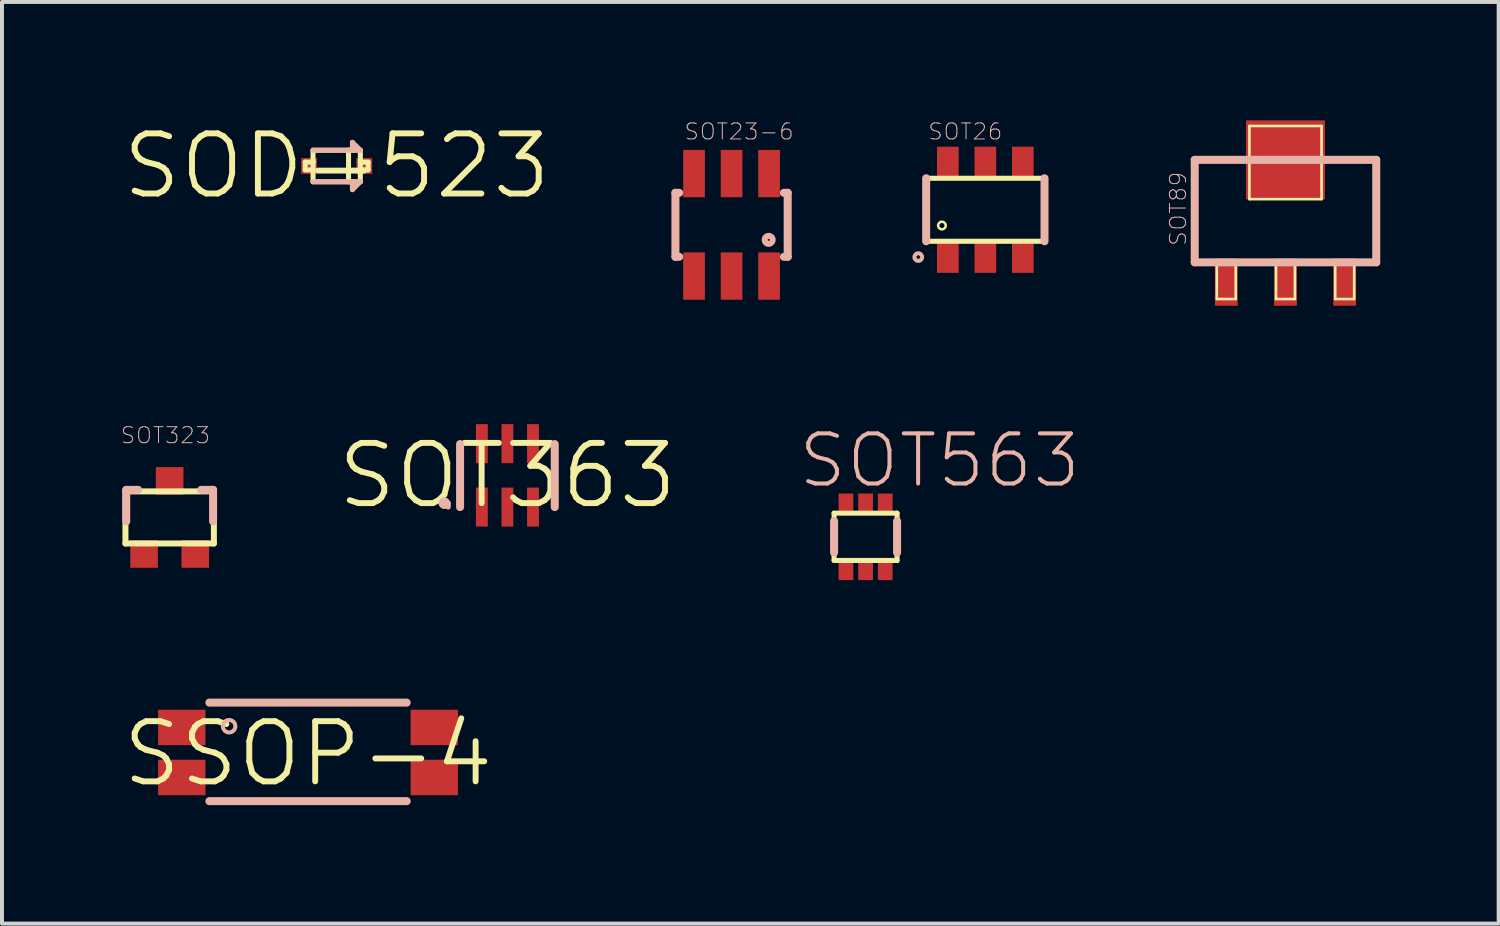
<source format=kicad_pcb>
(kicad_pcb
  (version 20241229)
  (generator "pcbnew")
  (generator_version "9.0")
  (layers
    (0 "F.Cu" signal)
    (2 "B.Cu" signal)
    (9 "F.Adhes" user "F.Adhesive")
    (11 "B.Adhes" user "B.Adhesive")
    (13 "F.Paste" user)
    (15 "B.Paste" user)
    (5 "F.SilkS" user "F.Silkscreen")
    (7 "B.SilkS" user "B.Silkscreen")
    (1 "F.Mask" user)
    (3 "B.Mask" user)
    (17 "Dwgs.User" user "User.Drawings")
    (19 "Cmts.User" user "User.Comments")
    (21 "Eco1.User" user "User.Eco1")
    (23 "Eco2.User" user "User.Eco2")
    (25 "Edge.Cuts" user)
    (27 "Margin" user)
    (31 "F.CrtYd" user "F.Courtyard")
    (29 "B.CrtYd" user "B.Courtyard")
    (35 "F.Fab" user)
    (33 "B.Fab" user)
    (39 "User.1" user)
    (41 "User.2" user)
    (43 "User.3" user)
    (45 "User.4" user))
  (footprint "SOT363"
    (layer "F.Cu")
    (at 9.804 8.997)
    (property "Reference" "SOT363" (at 0 0 0) (layer "F.SilkS") (effects (font (size 1.524 1.524) (thickness 0.15))))
    (attr smd)
    (fp_line (start -1.598 0.699) (end -1.499 0.699) (stroke (width 0.127) (type solid)) (layer "B.SilkS"))
    (fp_line (start -1.499 0.699) (end -1.499 0.798) (stroke (width 0.127) (type solid)) (layer "B.SilkS"))
    (fp_line (start -1.199 0.798) (end -1.199 -0.798) (stroke (width 0.203) (type solid)) (layer "B.SilkS"))
    (fp_line (start 1.199 0.798) (end 1.199 -0.798) (stroke (width 0.203) (type solid)) (layer "B.SilkS"))
    (fp_circle (center -1.598 0.699) (end -1.666 0.767) (stroke (width 0.102) (type solid)) (fill no) (layer "B.SilkS"))
    (pad "1" smd rect (at -0.648 0.798 90) (size 0.988 0.3) (layers "F.Cu" "F.Mask" "F.Paste"))
    (pad "2" smd rect (at 0 0.798 90) (size 0.988 0.3) (layers "F.Cu" "F.Mask" "F.Paste"))
    (pad "3" smd rect (at 0.648 0.798 90) (size 0.988 0.3) (layers "F.Cu" "F.Mask" "F.Paste"))
    (pad "4" smd rect (at 0.648 -0.808 90) (size 0.988 0.3) (layers "F.Cu" "F.Mask" "F.Paste"))
    (pad "5" smd rect (at 0 -0.808 90) (size 0.988 0.3) (layers "F.Cu" "F.Mask" "F.Paste"))
    (pad "6" smd rect (at -0.648 -0.808 90) (size 0.988 0.3) (layers "F.Cu" "F.Mask" "F.Paste")))
  (footprint "SOD-523"
    (layer "F.Cu")
    (at 5.479 1.155)
    (property "Reference" "SOD-523" (at 0 0 0) (layer "F.SilkS") (effects (font (size 1.524 1.524) (thickness 0.15))))
    (attr smd)
    (fp_line (start -0.798 -0.099) (end -0.798 0.099) (stroke (width 0.127) (type solid)) (layer "F.SilkS"))
    (fp_line (start -0.599 -0.399) (end -0.599 -0.099) (stroke (width 0.127) (type solid)) (layer "F.SilkS"))
    (fp_line (start -0.599 -0.099) (end -0.798 -0.099) (stroke (width 0.127) (type solid)) (layer "F.SilkS"))
    (fp_line (start -0.599 -0.099) (end -0.599 0.099) (stroke (width 0.127) (type solid)) (layer "F.SilkS"))
    (fp_line (start -0.599 0.099) (end -0.798 0.099) (stroke (width 0.127) (type solid)) (layer "F.SilkS"))
    (fp_line (start -0.599 0.099) (end -0.599 0.399) (stroke (width 0.127) (type solid)) (layer "F.SilkS"))
    (fp_line (start -0.599 0.399) (end 0.3 0.399) (stroke (width 0.127) (type solid)) (layer "F.SilkS"))
    (fp_line (start 0.3 -0.399) (end -0.599 -0.399) (stroke (width 0.127) (type solid)) (layer "F.SilkS"))
    (fp_line (start 0.3 -0.399) (end 0.3 0.399) (stroke (width 0.127) (type solid)) (layer "F.SilkS"))
    (fp_line (start 0.3 0.399) (end 0.599 0.399) (stroke (width 0.127) (type solid)) (layer "F.SilkS"))
    (fp_line (start 0.599 -0.399) (end 0.3 -0.399) (stroke (width 0.127) (type solid)) (layer "F.SilkS"))
    (fp_line (start 0.599 -0.099) (end 0.599 -0.399) (stroke (width 0.127) (type solid)) (layer "F.SilkS"))
    (fp_line (start 0.599 -0.099) (end 0.798 -0.099) (stroke (width 0.127) (type solid)) (layer "F.SilkS"))
    (fp_line (start 0.599 0.099) (end 0.599 -0.099) (stroke (width 0.127) (type solid)) (layer "F.SilkS"))
    (fp_line (start 0.599 0.399) (end 0.599 0.099) (stroke (width 0.127) (type solid)) (layer "F.SilkS"))
    (fp_line (start 0.798 -0.099) (end 0.798 0.099) (stroke (width 0.127) (type solid)) (layer "F.SilkS"))
    (fp_line (start 0.798 0.099) (end 0.599 0.099) (stroke (width 0.127) (type solid)) (layer "F.SilkS"))
    (fp_line (start -0.599 0.399) (end 0.399 0.399) (stroke (width 0.127) (type solid)) (layer "B.SilkS"))
    (fp_line (start 0.399 -0.599) (end 0.399 -0.399) (stroke (width 0.127) (type solid)) (layer "B.SilkS"))
    (fp_line (start 0.399 -0.399) (end -0.599 -0.399) (stroke (width 0.127) (type solid)) (layer "B.SilkS"))
    (fp_line (start 0.399 0.399) (end 0.599 0.399) (stroke (width 0.127) (type solid)) (layer "B.SilkS"))
    (fp_line (start 0.399 0.599) (end 0.399 0.399) (stroke (width 0.127) (type solid)) (layer "B.SilkS"))
    (fp_line (start 0.599 -0.399) (end 0.399 -0.599) (stroke (width 0.127) (type solid)) (layer "B.SilkS"))
    (fp_line (start 0.599 -0.399) (end 0.399 -0.399) (stroke (width 0.127) (type solid)) (layer "B.SilkS"))
    (fp_line (start 0.599 0.399) (end 0.399 0.599) (stroke (width 0.127) (type solid)) (layer "B.SilkS"))
    (pad "A" smd rect (at -0.699 0) (size 0.399 0.399) (layers "F.Cu" "F.Mask" "F.Paste"))
    (pad "C" smd rect (at 0.699 0) (size 0.399 0.399) (layers "F.Cu" "F.Mask" "F.Paste")))
  (footprint "SOT26"
    (layer "F.Cu")
    (at 21.911 2.264)
    (property "Reference" "SOT26" (at -0.508 -1.981 0) (layer "B.SilkS") (effects (font (size 0.406 0.406) (thickness 0.025))))
    (attr smd)
    (fp_line (start -1.499 -0.798) (end -1.499 0.798) (stroke (width 0.127) (type solid)) (layer "F.SilkS"))
    (fp_line (start -1.499 0.798) (end 1.499 0.798) (stroke (width 0.127) (type solid)) (layer "F.SilkS"))
    (fp_line (start 1.499 -0.798) (end -1.499 -0.798) (stroke (width 0.127) (type solid)) (layer "F.SilkS"))
    (fp_line (start 1.499 0.798) (end 1.499 -0.798) (stroke (width 0.127) (type solid)) (layer "F.SilkS"))
    (fp_circle (center -1.1 0.399) (end -1.168 0.467) (stroke (width 0.064) (type solid)) (fill no) (layer "F.SilkS"))
    (fp_line (start -1.499 -0.798) (end -1.499 0.798) (stroke (width 0.203) (type solid)) (layer "B.SilkS"))
    (fp_line (start 1.499 -0.798) (end 1.499 0.798) (stroke (width 0.203) (type solid)) (layer "B.SilkS"))
    (fp_circle (center -1.699 1.199) (end -1.768 1.267) (stroke (width 0.102) (type solid)) (fill no) (layer "B.SilkS"))
    (pad "D1" smd rect (at -0.95 -1.199) (size 0.549 0.798) (layers "F.Cu" "F.Mask" "F.Paste"))
    (pad "D2" smd rect (at 0.95 -1.199) (size 0.549 0.798) (layers "F.Cu" "F.Mask" "F.Paste"))
    (pad "G1" smd rect (at -0.95 1.199) (size 0.549 0.798) (layers "F.Cu" "F.Mask" "F.Paste"))
    (pad "G2" smd rect (at 0.95 1.199) (size 0.549 0.798) (layers "F.Cu" "F.Mask" "F.Paste"))
    (pad "S1" smd rect (at 0 -1.199 180) (size 0.549 0.798) (layers "F.Cu" "F.Mask" "F.Paste"))
    (pad "S2" smd rect (at 0 1.199) (size 0.549 0.798) (layers "F.Cu" "F.Mask" "F.Paste")))
  (footprint "SOT23-6"
    (layer "F.Cu")
    (at 15.482 2.645)
    (property "Reference" "SOT23-6" (at 0.191 -2.362 0) (layer "B.SilkS") (effects (font (size 0.406 0.406) (thickness 0.025))))
    (attr smd)
    (fp_line (start -1.422 -0.81) (end -1.326 -0.81) (stroke (width 0.203) (type solid)) (layer "B.SilkS"))
    (fp_line (start -1.422 0.81) (end -1.422 -0.81) (stroke (width 0.203) (type solid)) (layer "B.SilkS"))
    (fp_line (start -1.326 0.81) (end -1.422 0.81) (stroke (width 0.203) (type solid)) (layer "B.SilkS"))
    (fp_line (start 1.326 -0.81) (end 1.422 -0.81) (stroke (width 0.203) (type solid)) (layer "B.SilkS"))
    (fp_line (start 1.422 -0.81) (end 1.422 0.81) (stroke (width 0.203) (type solid)) (layer "B.SilkS"))
    (fp_line (start 1.422 0.81) (end 1.326 0.81) (stroke (width 0.203) (type solid)) (layer "B.SilkS"))
    (fp_circle (center 0.94 0.381) (end 0.958 0.399) (stroke (width 0.152) (type solid)) (fill no) (layer "B.SilkS"))
    (pad "1" smd rect (at 0.95 1.298) (size 0.549 1.199) (layers "F.Cu" "F.Mask" "F.Paste"))
    (pad "2" smd rect (at 0 1.298) (size 0.549 1.199) (layers "F.Cu" "F.Mask" "F.Paste"))
    (pad "3" smd rect (at -0.95 1.298) (size 0.549 1.199) (layers "F.Cu" "F.Mask" "F.Paste"))
    (pad "4" smd rect (at -0.95 -1.298) (size 0.549 1.199) (layers "F.Cu" "F.Mask" "F.Paste"))
    (pad "5" smd rect (at 0 -1.298 180) (size 0.549 1.199) (layers "F.Cu" "F.Mask" "F.Paste"))
    (pad "6" smd rect (at 0.95 -1.298) (size 0.549 1.199) (layers "F.Cu" "F.Mask" "F.Paste")))
  (footprint "SSOP-4"
    (layer "F.Cu")
    (at 4.753 16.046)
    (property "Reference" "SSOP-4" (at 0 0 0) (layer "F.SilkS") (effects (font (size 1.524 1.524) (thickness 0.15))))
    (attr smd)
    (fp_line (start -2.499 -1.298) (end 2.499 -1.298) (stroke (width 0.203) (type solid)) (layer "B.SilkS"))
    (fp_line (start -2.499 1.199) (end 2.499 1.199) (stroke (width 0.203) (type solid)) (layer "B.SilkS"))
    (fp_circle (center -1.999 -0.699) (end -2.111 -0.81) (stroke (width 0.102) (type solid)) (fill no) (layer "B.SilkS"))
    (pad "1" smd rect (at -3.198 -0.668 90) (size 0.899 1.199) (layers "F.Cu" "F.Mask" "F.Paste"))
    (pad "2" smd rect (at -3.198 0.599 90) (size 0.899 1.199) (layers "F.Cu" "F.Mask" "F.Paste"))
    (pad "3" smd rect (at 3.198 0.599 90) (size 0.899 1.199) (layers "F.Cu" "F.Mask" "F.Paste"))
    (pad "4" smd rect (at 3.198 -0.668 90) (size 0.899 1.199) (layers "F.Cu" "F.Mask" "F.Paste")))
  (footprint "SOT563"
    (layer "F.Cu")
    (at 18.877 10.549)
    (property "Reference" "SOT563" (at 1.875 -1.933 0) (layer "B.SilkS") (effects (font (size 1.27 1.27) (thickness 0.102))))
    (attr smd)
    (fp_line (start -0.798 -0.599) (end 0.798 -0.599) (stroke (width 0.127) (type solid)) (layer "F.SilkS"))
    (fp_line (start -0.798 0.599) (end -0.798 -0.599) (stroke (width 0.127) (type solid)) (layer "F.SilkS"))
    (fp_line (start 0.798 -0.599) (end 0.798 0.599) (stroke (width 0.127) (type solid)) (layer "F.SilkS"))
    (fp_line (start 0.798 0.599) (end -0.798 0.599) (stroke (width 0.127) (type solid)) (layer "F.SilkS"))
    (fp_line (start -0.798 -0.399) (end -0.798 0.399) (stroke (width 0.203) (type solid)) (layer "B.SilkS"))
    (fp_line (start 0.798 -0.399) (end 0.798 0.399) (stroke (width 0.203) (type solid)) (layer "B.SilkS"))
    (pad "D1" smd rect (at 0.498 0.848) (size 0.373 0.498) (layers "F.Cu" "F.Mask" "F.Paste"))
    (pad "D2" smd rect (at -0.498 -0.848) (size 0.373 0.498) (layers "F.Cu" "F.Mask" "F.Paste"))
    (pad "G1" smd rect (at 0 -0.848) (size 0.373 0.498) (layers "F.Cu" "F.Mask" "F.Paste"))
    (pad "G2" smd rect (at 0 0.848) (size 0.373 0.498) (layers "F.Cu" "F.Mask" "F.Paste"))
    (pad "S1" smd rect (at 0.498 -0.848) (size 0.373 0.498) (layers "F.Cu" "F.Mask" "F.Paste"))
    (pad "S2" smd rect (at -0.498 0.848) (size 0.373 0.498) (layers "F.Cu" "F.Mask" "F.Paste")))
  (footprint "SOT89"
    (layer "F.Cu")
    (at 29.514 2.297)
    (property "Reference" "SOT89" (at -2.72 -0.058 90) (layer "B.SilkS") (effects (font (size 0.406 0.406) (thickness 0.025))))
    (attr smd)
    (fp_line (start -1.74 1.27) (end -1.26 1.27) (stroke (width 0.066) (type solid)) (layer "F.SilkS"))
    (fp_line (start -1.74 2.228) (end -1.74 1.27) (stroke (width 0.066) (type solid)) (layer "F.SilkS"))
    (fp_line (start -1.74 2.228) (end -1.26 2.228) (stroke (width 0.066) (type solid)) (layer "F.SilkS"))
    (fp_line (start -1.26 2.228) (end -1.26 1.27) (stroke (width 0.066) (type solid)) (layer "F.SilkS"))
    (fp_line (start -0.914 -2.156) (end 0.914 -2.156) (stroke (width 0.066) (type solid)) (layer "F.SilkS"))
    (fp_line (start -0.914 -0.302) (end -0.914 -2.156) (stroke (width 0.066) (type solid)) (layer "F.SilkS"))
    (fp_line (start -0.914 -0.302) (end 0.914 -0.302) (stroke (width 0.066) (type solid)) (layer "F.SilkS"))
    (fp_line (start -0.239 1.27) (end 0.239 1.27) (stroke (width 0.066) (type solid)) (layer "F.SilkS"))
    (fp_line (start -0.239 2.228) (end -0.239 1.27) (stroke (width 0.066) (type solid)) (layer "F.SilkS"))
    (fp_line (start -0.239 2.228) (end 0.239 2.228) (stroke (width 0.066) (type solid)) (layer "F.SilkS"))
    (fp_line (start 0.239 2.228) (end 0.239 1.27) (stroke (width 0.066) (type solid)) (layer "F.SilkS"))
    (fp_line (start 0.914 -0.302) (end 0.914 -2.156) (stroke (width 0.066) (type solid)) (layer "F.SilkS"))
    (fp_line (start 1.26 1.27) (end 1.74 1.27) (stroke (width 0.066) (type solid)) (layer "F.SilkS"))
    (fp_line (start 1.26 2.228) (end 1.26 1.27) (stroke (width 0.066) (type solid)) (layer "F.SilkS"))
    (fp_line (start 1.26 2.228) (end 1.74 2.228) (stroke (width 0.066) (type solid)) (layer "F.SilkS"))
    (fp_line (start 1.74 2.228) (end 1.74 1.27) (stroke (width 0.066) (type solid)) (layer "F.SilkS"))
    (fp_line (start -2.299 -1.298) (end 2.299 -1.298) (stroke (width 0.203) (type solid)) (layer "B.SilkS"))
    (fp_line (start -2.299 1.298) (end -2.299 -1.298) (stroke (width 0.203) (type solid)) (layer "B.SilkS"))
    (fp_line (start 2.299 -1.298) (end 2.299 1.298) (stroke (width 0.203) (type solid)) (layer "B.SilkS"))
    (fp_line (start 2.299 1.298) (end -2.299 1.298) (stroke (width 0.203) (type solid)) (layer "B.SilkS"))
    (pad "1" smd rect (at -1.499 1.798) (size 0.579 1.199) (layers "F.Cu" "F.Mask" "F.Paste"))
    (pad "2" smd rect (at 0 1.798) (size 0.579 1.199) (layers "F.Cu" "F.Mask" "F.Paste"))
    (pad "3" smd rect (at 1.499 1.798) (size 0.579 1.199) (layers "F.Cu" "F.Mask" "F.Paste"))
    (pad "4" smd rect (at 0 -1.298) (size 1.999 1.999) (layers "F.Cu" "F.Mask" "F.Paste")))
  (footprint "SOT323"
    (layer "F.Cu")
    (at 1.248 10.058)
    (property "Reference" "SOT323" (at -0.109 -2.08 0) (layer "B.SilkS") (effects (font (size 0.406 0.406) (thickness 0.025))))
    (attr smd)
    (fp_line (start -1.12 -0.66) (end 1.12 -0.66) (stroke (width 0.152) (type solid)) (layer "F.SilkS"))
    (fp_line (start -1.12 0.66) (end -1.12 -0.66) (stroke (width 0.152) (type solid)) (layer "F.SilkS"))
    (fp_line (start 1.12 -0.66) (end 1.12 0.66) (stroke (width 0.152) (type solid)) (layer "F.SilkS"))
    (fp_line (start 1.12 0.66) (end -1.12 0.66) (stroke (width 0.152) (type solid)) (layer "F.SilkS"))
    (fp_line (start -1.1 -0.699) (end -1.1 0.099) (stroke (width 0.203) (type solid)) (layer "B.SilkS"))
    (fp_line (start -0.798 -0.699) (end -1.1 -0.699) (stroke (width 0.203) (type solid)) (layer "B.SilkS"))
    (fp_line (start 0.798 -0.699) (end 1.1 -0.699) (stroke (width 0.203) (type solid)) (layer "B.SilkS"))
    (fp_line (start 1.1 -0.699) (end 1.1 0.099) (stroke (width 0.203) (type solid)) (layer "B.SilkS"))
    (pad "1" smd rect (at -0.648 0.925) (size 0.699 0.699) (layers "F.Cu" "F.Mask" "F.Paste"))
    (pad "2" smd rect (at 0.648 0.925) (size 0.699 0.699) (layers "F.Cu" "F.Mask" "F.Paste"))
    (pad "3" smd rect (at 0 -0.925) (size 0.699 0.699) (layers "F.Cu" "F.Mask" "F.Paste")))
  (gr_rect
    (start -3 -3)
    (end 34.914 20.347)
    (stroke (width 0.1) (type default))
    (fill no)
    (layer "Edge.Cuts")))
</source>
